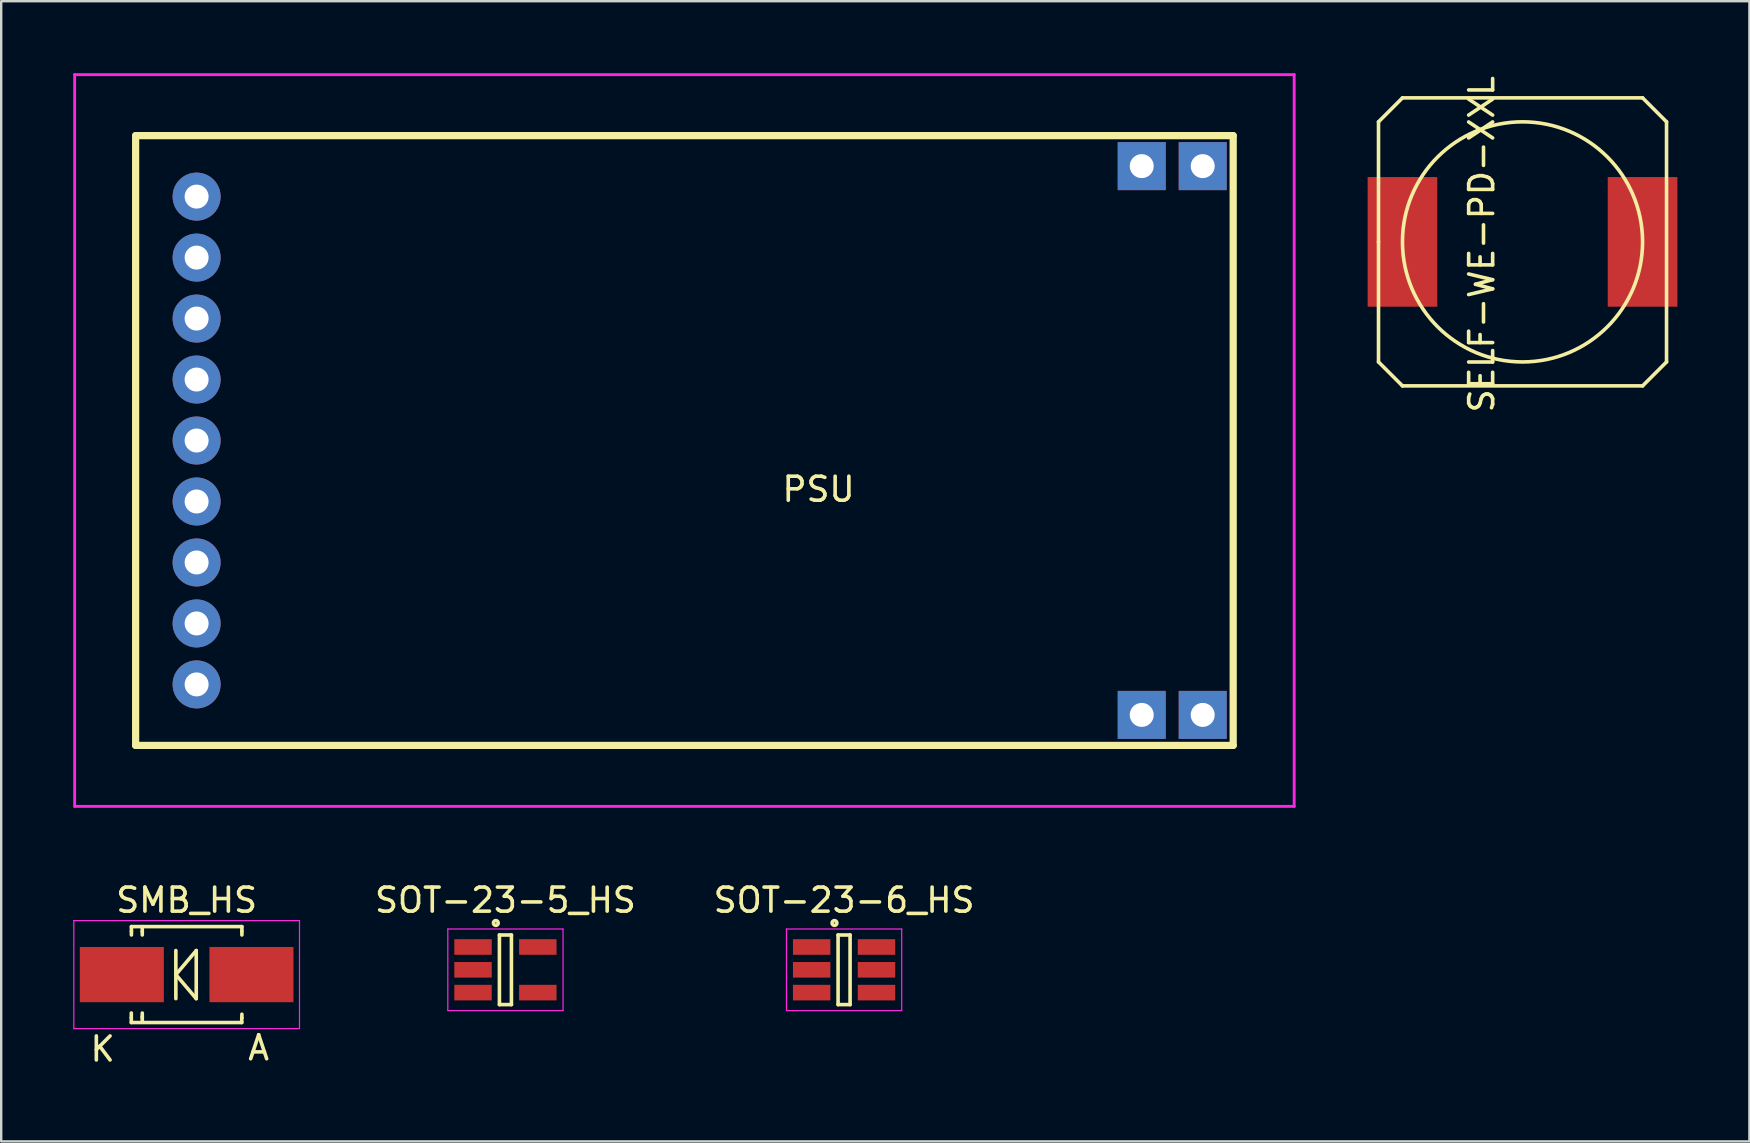
<source format=kicad_pcb>
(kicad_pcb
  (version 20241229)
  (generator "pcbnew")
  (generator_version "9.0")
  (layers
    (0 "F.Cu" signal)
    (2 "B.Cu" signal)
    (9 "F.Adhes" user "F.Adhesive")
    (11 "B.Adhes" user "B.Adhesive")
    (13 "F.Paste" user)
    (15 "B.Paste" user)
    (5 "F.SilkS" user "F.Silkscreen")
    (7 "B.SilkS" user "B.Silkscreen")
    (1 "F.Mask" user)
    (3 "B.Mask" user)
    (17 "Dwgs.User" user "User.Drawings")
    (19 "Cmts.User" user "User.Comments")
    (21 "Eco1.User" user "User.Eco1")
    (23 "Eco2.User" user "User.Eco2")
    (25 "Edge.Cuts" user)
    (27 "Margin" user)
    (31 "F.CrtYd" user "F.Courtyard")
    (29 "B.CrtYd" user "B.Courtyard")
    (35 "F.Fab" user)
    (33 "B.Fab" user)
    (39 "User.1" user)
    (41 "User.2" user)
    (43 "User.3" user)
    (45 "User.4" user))
  (footprint "SOT-23-5_HS"
    (layer "F.Cu")
    (at 18.004 37.348)
    (property "Reference" "SOT-23-5_HS" (at 0 -2.9 0) (layer "F.SilkS") (effects (font (size 1 1) (thickness 0.15))))
    (attr smd)
    (fp_line (start -0.25 -1.45) (end -0.25 1.45) (stroke (width 0.15) (type solid)) (layer "F.SilkS"))
    (fp_line (start -0.25 1.45) (end 0.25 1.45) (stroke (width 0.15) (type solid)) (layer "F.SilkS"))
    (fp_line (start 0.25 -1.45) (end -0.25 -1.45) (stroke (width 0.15) (type solid)) (layer "F.SilkS"))
    (fp_line (start 0.25 1.45) (end 0.25 -1.45) (stroke (width 0.15) (type solid)) (layer "F.SilkS"))
    (fp_circle (center -0.4 -1.95) (end -0.3 -1.95) (stroke (width 0.15) (type solid)) (fill no) (layer "F.SilkS"))
    (fp_line (start -2.4 -1.7) (end 2.4 -1.7) (stroke (width 0.05) (type solid)) (layer "F.CrtYd"))
    (fp_line (start -2.4 1.7) (end -2.4 -1.7) (stroke (width 0.05) (type solid)) (layer "F.CrtYd"))
    (fp_line (start 2.4 -1.7) (end 2.4 1.7) (stroke (width 0.05) (type solid)) (layer "F.CrtYd"))
    (fp_line (start 2.4 1.7) (end -2.4 1.7) (stroke (width 0.05) (type solid)) (layer "F.CrtYd"))
    (pad "1" smd rect (at -1.35 -0.95) (size 1.56 0.65) (layers "F.Cu" "F.Mask" "F.Paste"))
    (pad "2" smd rect (at -1.35 0) (size 1.56 0.65) (layers "F.Cu" "F.Mask" "F.Paste"))
    (pad "3" smd rect (at -1.35 0.95) (size 1.56 0.65) (layers "F.Cu" "F.Mask" "F.Paste"))
    (pad "4" smd rect (at 1.35 0.95) (size 1.56 0.65) (layers "F.Cu" "F.Mask" "F.Paste"))
    (pad "5" smd rect (at 1.35 -0.95) (size 1.56 0.65) (layers "F.Cu" "F.Mask" "F.Paste")))
  (footprint "SOT-23-6_HS"
    (layer "F.Cu")
    (at 32.111 37.348)
    (property "Reference" "SOT-23-6_HS" (at 0 -2.9 0) (layer "F.SilkS") (effects (font (size 1 1) (thickness 0.15))))
    (attr smd)
    (fp_line (start -0.25 -1.45) (end -0.25 1.45) (stroke (width 0.15) (type solid)) (layer "F.SilkS"))
    (fp_line (start -0.25 1.45) (end 0.25 1.45) (stroke (width 0.15) (type solid)) (layer "F.SilkS"))
    (fp_line (start 0.25 -1.45) (end -0.25 -1.45) (stroke (width 0.15) (type solid)) (layer "F.SilkS"))
    (fp_line (start 0.25 1.45) (end 0.25 -1.45) (stroke (width 0.15) (type solid)) (layer "F.SilkS"))
    (fp_circle (center -0.4 -1.95) (end -0.3 -1.95) (stroke (width 0.15) (type solid)) (fill no) (layer "F.SilkS"))
    (fp_line (start -2.4 -1.7) (end 2.4 -1.7) (stroke (width 0.05) (type solid)) (layer "F.CrtYd"))
    (fp_line (start -2.4 1.7) (end -2.4 -1.7) (stroke (width 0.05) (type solid)) (layer "F.CrtYd"))
    (fp_line (start 2.4 -1.7) (end 2.4 1.7) (stroke (width 0.05) (type solid)) (layer "F.CrtYd"))
    (fp_line (start 2.4 1.7) (end -2.4 1.7) (stroke (width 0.05) (type solid)) (layer "F.CrtYd"))
    (pad "1" smd rect (at -1.35 -0.95) (size 1.56 0.65) (layers "F.Cu" "F.Mask" "F.Paste"))
    (pad "2" smd rect (at -1.35 0) (size 1.56 0.65) (layers "F.Cu" "F.Mask" "F.Paste"))
    (pad "3" smd rect (at -1.35 0.95) (size 1.56 0.65) (layers "F.Cu" "F.Mask" "F.Paste"))
    (pad "4" smd rect (at 1.35 0.95) (size 1.56 0.65) (layers "F.Cu" "F.Mask" "F.Paste"))
    (pad "5" smd rect (at 1.35 0) (size 1.56 0.65) (layers "F.Cu" "F.Mask" "F.Paste"))
    (pad "6" smd rect (at 1.35 -0.95) (size 1.56 0.65) (layers "F.Cu" "F.Mask" "F.Paste")))
  (footprint "SELF-WE-PD-XXL"
    (layer "F.Cu")
    (at 60.372 7.026)
    (property "Reference" "SELF-WE-PD-XXL" (at -1.699 0.099 90) (layer "F.SilkS") (effects (font (size 1 1) (thickness 0.15))))
    (attr smd)
    (fp_line (start -5.999 -5.001) (end -5.001 -5.999) (stroke (width 0.15) (type solid)) (layer "F.SilkS"))
    (fp_line (start -5.999 0) (end -5.999 -5.001) (stroke (width 0.15) (type solid)) (layer "F.SilkS"))
    (fp_line (start -5.999 5.001) (end -5.999 0) (stroke (width 0.15) (type solid)) (layer "F.SilkS"))
    (fp_line (start -5.001 -5.999) (end 5.001 -5.999) (stroke (width 0.15) (type solid)) (layer "F.SilkS"))
    (fp_line (start -5.001 5.999) (end -5.999 5.001) (stroke (width 0.15) (type solid)) (layer "F.SilkS"))
    (fp_line (start 5.001 -5.999) (end 5.999 -5.001) (stroke (width 0.15) (type solid)) (layer "F.SilkS"))
    (fp_line (start 5.001 5.999) (end -5.001 5.999) (stroke (width 0.15) (type solid)) (layer "F.SilkS"))
    (fp_line (start 5.999 -5.001) (end 5.999 5.001) (stroke (width 0.15) (type solid)) (layer "F.SilkS"))
    (fp_line (start 5.999 5.001) (end 5.001 5.999) (stroke (width 0.15) (type solid)) (layer "F.SilkS"))
    (fp_circle (center 0 0) (end 0 -5.001) (stroke (width 0.15) (type solid)) (fill no) (layer "F.SilkS"))
    (fp_text user "" (at 0 0 0) (layer "F.SilkS") (effects (font (size 1 1) (thickness 0.15))))
    (fp_text user "" (at 0 0 0) (layer "F.SilkS") (effects (font (size 1 1) (thickness 0.15))))
    (pad "1" smd rect (at -5.001 0) (size 2.901 5.4) (layers "F.Cu" "F.Mask" "F.Paste"))
    (pad "2" smd rect (at 5.001 0) (size 2.901 5.4) (layers "F.Cu" "F.Mask" "F.Paste")))
  (footprint "PSU"
    (layer "F.Cu")
    (at 5.14 15.3)
    (property "Reference" "PSU" (at 25.908 2.032 0) (layer "F.SilkS") (effects (font (size 1 1) (thickness 0.15))))
    (attr through_hole)
    (fp_line (start -2.54 -12.7) (end -2.54 12.7) (stroke (width 0.3) (type solid)) (layer "F.SilkS"))
    (fp_line (start -2.54 -12.7) (end 43.18 -12.7) (stroke (width 0.3) (type solid)) (layer "F.SilkS"))
    (fp_line (start -2.54 12.7) (end 43.18 12.7) (stroke (width 0.3) (type solid)) (layer "F.SilkS"))
    (fp_line (start 43.18 -12.7) (end 43.18 12.7) (stroke (width 0.3) (type solid)) (layer "F.SilkS"))
    (fp_line (start -5.08 -15.24) (end 45.72 -15.24) (stroke (width 0.12) (type solid)) (layer "F.CrtYd"))
    (fp_line (start -5.08 15.24) (end -5.08 -15.24) (stroke (width 0.12) (type solid)) (layer "F.CrtYd"))
    (fp_line (start 45.72 -15.24) (end 45.72 15.24) (stroke (width 0.12) (type solid)) (layer "F.CrtYd"))
    (fp_line (start 45.72 15.24) (end -5.08 15.24) (stroke (width 0.12) (type solid)) (layer "F.CrtYd"))
    (pad "" thru_hole rect (at 39.37 -11.43) (size 2 2) (drill 1) (layers "*.Cu" "*.Mask"))
    (pad "" thru_hole rect (at 39.37 11.43) (size 2 2) (drill 1) (layers "*.Cu" "*.Mask"))
    (pad "" thru_hole rect (at 41.91 -11.43) (size 2 2) (drill 1) (layers "*.Cu" "*.Mask"))
    (pad "" thru_hole rect (at 41.91 11.43) (size 2 2) (drill 1) (layers "*.Cu" "*.Mask"))
    (pad "1" thru_hole circle (at 0 -10.16) (size 2 2) (drill 1) (layers "*.Cu" "*.Mask"))
    (pad "2" thru_hole circle (at 0 -7.62) (size 2 2) (drill 1) (layers "*.Cu" "*.Mask"))
    (pad "3" thru_hole circle (at 0 -5.08) (size 2 2) (drill 1) (layers "*.Cu" "*.Mask"))
    (pad "4" thru_hole circle (at 0 -2.54) (size 2 2) (drill 1) (layers "*.Cu" "*.Mask"))
    (pad "5" thru_hole circle (at 0 0) (size 2 2) (drill 1) (layers "*.Cu" "*.Mask"))
    (pad "6" thru_hole circle (at 0 2.54) (size 2 2) (drill 1) (layers "*.Cu" "*.Mask"))
    (pad "7" thru_hole circle (at 0 5.08) (size 2 2) (drill 1) (layers "*.Cu" "*.Mask"))
    (pad "8" thru_hole circle (at 0 7.62) (size 2 2) (drill 1) (layers "*.Cu" "*.Mask"))
    (pad "9" thru_hole circle (at 0 10.16) (size 2 2) (drill 1) (layers "*.Cu" "*.Mask")))
  (footprint "SMB_HS"
    (layer "F.Cu")
    (at 4.725 37.548)
    (property "Reference" "SMB_HS" (at 0 -3.1 0) (layer "F.SilkS") (effects (font (size 1 1) (thickness 0.15))))
    (attr smd)
    (fp_line (start -2.306 1.8) (end -2.306 1.6) (stroke (width 0.15) (type solid)) (layer "F.SilkS"))
    (fp_line (start -2.306 1.996) (end -2.306 1.798) (stroke (width 0.15) (type solid)) (layer "F.SilkS"))
    (fp_line (start -2.306 1.996) (end 2.296 1.996) (stroke (width 0.15) (type solid)) (layer "F.SilkS"))
    (fp_line (start -2.301 -1.999) (end -2.301 -1.801) (stroke (width 0.15) (type solid)) (layer "F.SilkS"))
    (fp_line (start -2.301 -1.999) (end 2.301 -1.999) (stroke (width 0.15) (type solid)) (layer "F.SilkS"))
    (fp_line (start -2.301 -1.8) (end -2.301 -1.651) (stroke (width 0.15) (type solid)) (layer "F.SilkS"))
    (fp_line (start -1.849 -1.999) (end -1.849 -1.801) (stroke (width 0.15) (type solid)) (layer "F.SilkS"))
    (fp_line (start -1.849 -1.8) (end -1.849 -1.651) (stroke (width 0.15) (type solid)) (layer "F.SilkS"))
    (fp_line (start -1.849 1.8) (end -1.849 1.601) (stroke (width 0.15) (type solid)) (layer "F.SilkS"))
    (fp_line (start -1.849 1.949) (end -1.849 1.751) (stroke (width 0.15) (type solid)) (layer "F.SilkS"))
    (fp_line (start -0.45 0) (end -0.45 -1.001) (stroke (width 0.15) (type solid)) (layer "F.SilkS"))
    (fp_line (start -0.45 0) (end -0.45 1.001) (stroke (width 0.15) (type solid)) (layer "F.SilkS"))
    (fp_line (start -0.45 0) (end 0.399 -1.001) (stroke (width 0.15) (type solid)) (layer "F.SilkS"))
    (fp_line (start 0.399 -1.001) (end 0.399 1.001) (stroke (width 0.15) (type solid)) (layer "F.SilkS"))
    (fp_line (start 0.399 1.001) (end -0.45 0) (stroke (width 0.15) (type solid)) (layer "F.SilkS"))
    (fp_line (start 2.296 1.996) (end 2.296 1.798) (stroke (width 0.15) (type solid)) (layer "F.SilkS"))
    (fp_line (start 2.301 -1.999) (end 2.301 -1.801) (stroke (width 0.15) (type solid)) (layer "F.SilkS"))
    (fp_line (start 2.301 -1.8) (end 2.301 -1.651) (stroke (width 0.15) (type solid)) (layer "F.SilkS"))
    (fp_line (start 2.301 1.8) (end 2.301 1.651) (stroke (width 0.15) (type solid)) (layer "F.SilkS"))
    (fp_line (start -4.7 -2.25) (end 4.7 -2.25) (stroke (width 0.05) (type solid)) (layer "F.CrtYd"))
    (fp_line (start -4.7 2.25) (end -4.7 -2.25) (stroke (width 0.05) (type solid)) (layer "F.CrtYd"))
    (fp_line (start 4.7 -2.25) (end 4.7 2.25) (stroke (width 0.05) (type solid)) (layer "F.CrtYd"))
    (fp_line (start 4.7 2.25) (end -4.7 2.25) (stroke (width 0.05) (type solid)) (layer "F.CrtYd"))
    (fp_text user "A" (at 3 3.05 0) (layer "F.SilkS") (effects (font (size 1 1) (thickness 0.15))))
    (fp_text user "K" (at -3.5 3.1 0) (layer "F.SilkS") (effects (font (size 1 1) (thickness 0.15))))
    (pad "1" smd rect (at -2.7 0) (size 3.5 2.301) (layers "F.Cu" "F.Mask" "F.Paste"))
    (pad "2" smd rect (at 2.7 0) (size 3.5 2.301) (layers "F.Cu" "F.Mask" "F.Paste")))
  (gr_rect
    (start -3 -3)
    (end 69.823 44.496)
    (stroke (width 0.1) (type default))
    (fill no)
    (layer "Edge.Cuts")))
</source>
